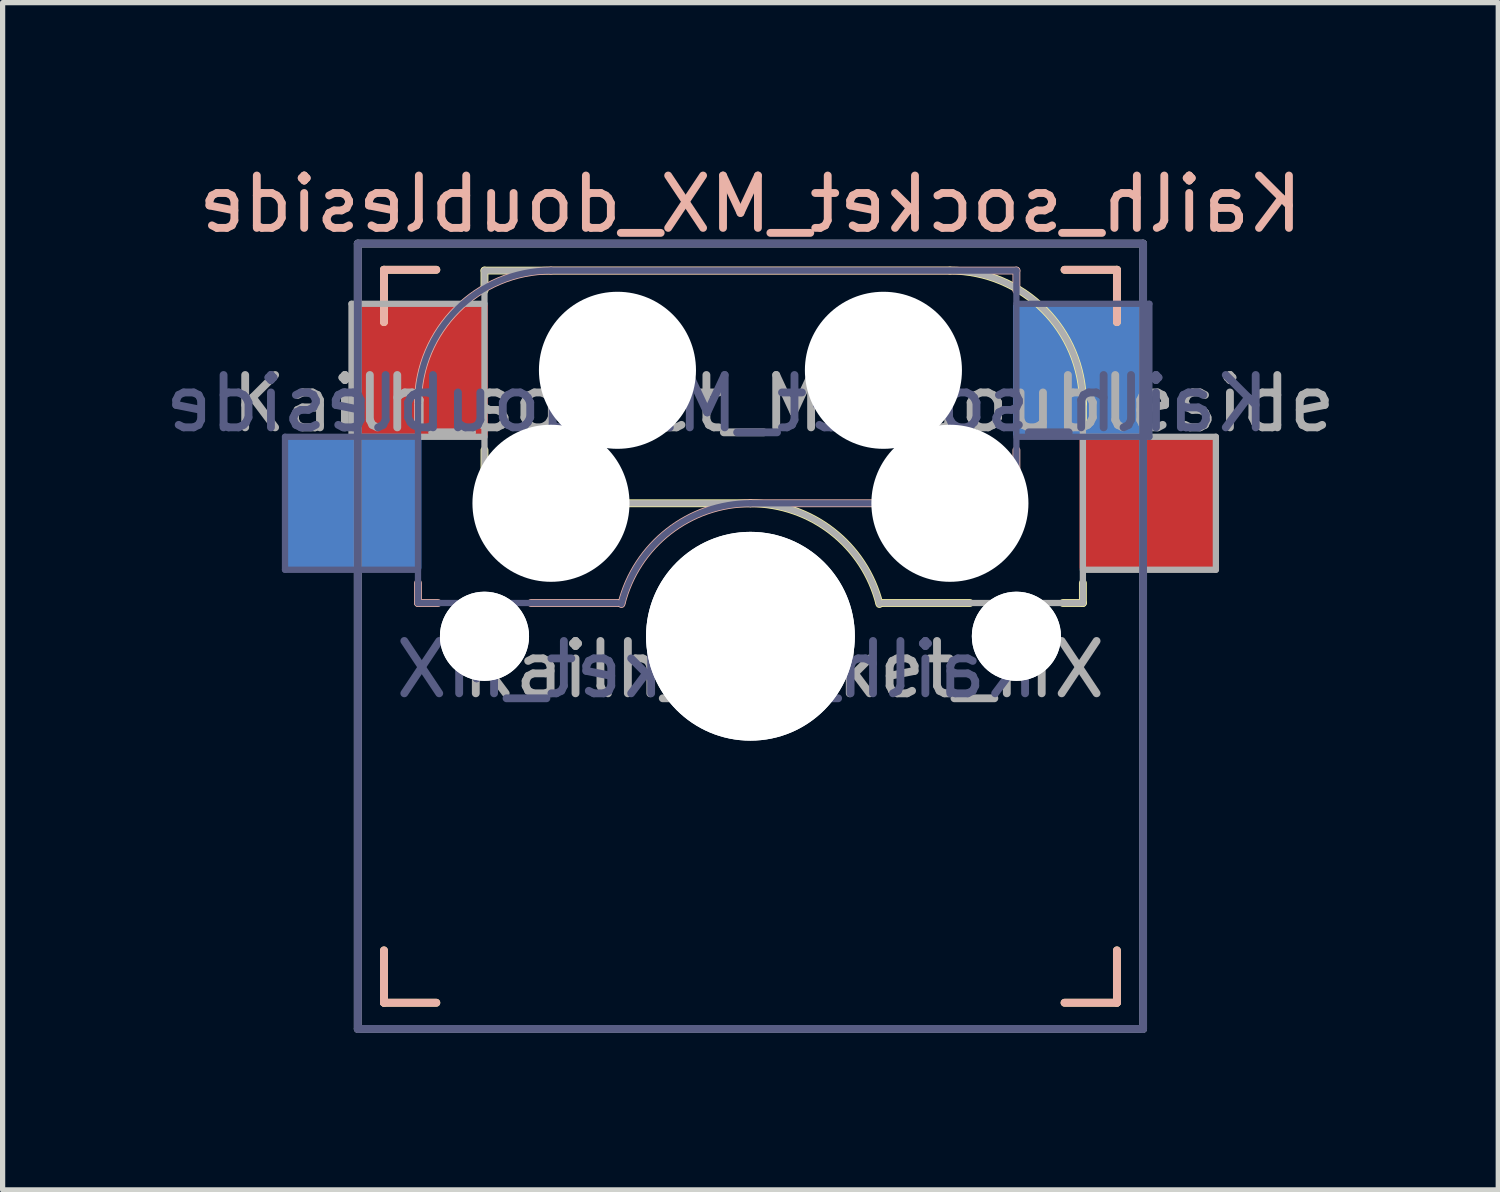
<source format=kicad_pcb>
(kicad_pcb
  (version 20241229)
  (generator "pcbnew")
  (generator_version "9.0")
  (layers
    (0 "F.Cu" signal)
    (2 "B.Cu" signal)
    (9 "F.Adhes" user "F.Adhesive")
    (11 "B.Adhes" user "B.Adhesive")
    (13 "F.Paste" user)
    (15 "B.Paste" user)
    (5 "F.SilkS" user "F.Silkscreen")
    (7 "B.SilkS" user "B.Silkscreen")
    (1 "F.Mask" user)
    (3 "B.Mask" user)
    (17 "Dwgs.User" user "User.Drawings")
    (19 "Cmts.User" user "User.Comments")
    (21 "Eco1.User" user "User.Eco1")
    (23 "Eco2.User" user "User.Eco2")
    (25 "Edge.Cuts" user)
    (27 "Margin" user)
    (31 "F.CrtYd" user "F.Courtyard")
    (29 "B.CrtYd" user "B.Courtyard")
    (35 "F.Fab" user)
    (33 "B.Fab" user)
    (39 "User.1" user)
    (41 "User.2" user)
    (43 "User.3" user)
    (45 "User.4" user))
  (footprint "Kailh_socket_MX_doubleside"
    (layer "F.Cu")
    (at 11.284 9.103)
    (property "Reference" "Kailh_socket_MX_doubleside" (at 0 -8.255 0) (layer "B.SilkS") (effects (font (size 1 1) (thickness 0.15)) (justify mirror)))
    (property "Value" "Kailh_socket_MX" (at 0 8.255 0) (layer "F.Fab") (hide yes) (effects (font (size 1 1) (thickness 0.15))))
    (attr smd)
    (fp_line (start -7 -6) (end -7 -7) (stroke (width 0.15) (type solid)) (layer "F.SilkS"))
    (fp_line (start -7 7) (end -7 6) (stroke (width 0.15) (type solid)) (layer "F.SilkS"))
    (fp_line (start -7 7) (end -6 7) (stroke (width 0.15) (type solid)) (layer "F.SilkS"))
    (fp_line (start -6 -7) (end -7 -7) (stroke (width 0.15) (type solid)) (layer "F.SilkS"))
    (fp_line (start -5.08 -6.985) (end -5.08 -6.604) (stroke (width 0.15) (type solid)) (layer "F.SilkS"))
    (fp_line (start -5.08 -3.556) (end -5.08 -2.54) (stroke (width 0.15) (type solid)) (layer "F.SilkS"))
    (fp_line (start -5.08 -2.54) (end 0 -2.54) (stroke (width 0.15) (type solid)) (layer "F.SilkS"))
    (fp_line (start 2.464 -0.635) (end 4.191 -0.635) (stroke (width 0.15) (type solid)) (layer "F.SilkS"))
    (fp_line (start 3.81 -6.985) (end -5.08 -6.985) (stroke (width 0.15) (type solid)) (layer "F.SilkS"))
    (fp_line (start 5.969 -0.635) (end 6.35 -0.635) (stroke (width 0.15) (type solid)) (layer "F.SilkS"))
    (fp_line (start 6 7) (end 7 7) (stroke (width 0.15) (type solid)) (layer "F.SilkS"))
    (fp_line (start 6.35 -4.445) (end 6.35 -4.064) (stroke (width 0.15) (type solid)) (layer "F.SilkS"))
    (fp_line (start 6.35 -1.016) (end 6.35 -0.635) (stroke (width 0.15) (type solid)) (layer "F.SilkS"))
    (fp_line (start 7 -7) (end 6 -7) (stroke (width 0.15) (type solid)) (layer "F.SilkS"))
    (fp_line (start 7 -7) (end 7 -6) (stroke (width 0.15) (type solid)) (layer "F.SilkS"))
    (fp_line (start 7 6) (end 7 7) (stroke (width 0.15) (type solid)) (layer "F.SilkS"))
    (fp_arc (start 0 -2.540001) (mid 1.563147 -2.002043) (end 2.464162 -0.616041) (stroke (width 0.15) (type solid)) (layer "F.SilkS"))
    (fp_arc (start 3.81 -6.985001) (mid 5.606051 -6.241052) (end 6.35 -4.445001) (stroke (width 0.15) (type solid)) (layer "F.SilkS"))
    (fp_line (start -7 -7) (end -7 -6) (stroke (width 0.15) (type solid)) (layer "B.SilkS"))
    (fp_line (start -7 -7) (end -6 -7) (stroke (width 0.15) (type solid)) (layer "B.SilkS"))
    (fp_line (start -7 6) (end -7 7) (stroke (width 0.15) (type solid)) (layer "B.SilkS"))
    (fp_line (start -6.35 -4.445) (end -6.35 -4.064) (stroke (width 0.15) (type solid)) (layer "B.SilkS"))
    (fp_line (start -6.35 -1.016) (end -6.35 -0.635) (stroke (width 0.15) (type solid)) (layer "B.SilkS"))
    (fp_line (start -6 7) (end -7 7) (stroke (width 0.15) (type solid)) (layer "B.SilkS"))
    (fp_line (start -5.969 -0.635) (end -6.35 -0.635) (stroke (width 0.15) (type solid)) (layer "B.SilkS"))
    (fp_line (start -3.81 -6.985) (end 5.08 -6.985) (stroke (width 0.15) (type solid)) (layer "B.SilkS"))
    (fp_line (start -2.464 -0.635) (end -4.191 -0.635) (stroke (width 0.15) (type solid)) (layer "B.SilkS"))
    (fp_line (start 5.08 -6.985) (end 5.08 -6.604) (stroke (width 0.15) (type solid)) (layer "B.SilkS"))
    (fp_line (start 5.08 -3.556) (end 5.08 -2.54) (stroke (width 0.15) (type solid)) (layer "B.SilkS"))
    (fp_line (start 5.08 -2.54) (end 0 -2.54) (stroke (width 0.15) (type solid)) (layer "B.SilkS"))
    (fp_line (start 6 -7) (end 7 -7) (stroke (width 0.15) (type solid)) (layer "B.SilkS"))
    (fp_line (start 7 -6) (end 7 -7) (stroke (width 0.15) (type solid)) (layer "B.SilkS"))
    (fp_line (start 7 7) (end 6 7) (stroke (width 0.15) (type solid)) (layer "B.SilkS"))
    (fp_line (start 7 7) (end 7 6) (stroke (width 0.15) (type solid)) (layer "B.SilkS"))
    (fp_arc (start -6.35 -4.445) (mid -5.606051 -6.241051) (end -3.81 -6.985) (stroke (width 0.15) (type solid)) (layer "B.SilkS"))
    (fp_arc (start -2.464162 -0.61604) (mid -1.563147 -2.002042) (end 0 -2.54) (stroke (width 0.15) (type solid)) (layer "B.SilkS"))
    (fp_line (start -6.9 -6.9) (end -6.9 6.9) (stroke (width 0.15) (type solid)) (layer "Eco2.User"))
    (fp_line (start -6.9 -6.9) (end 6.9 -6.9) (stroke (width 0.15) (type solid)) (layer "Eco2.User"))
    (fp_line (start -6.9 6.9) (end -6.9 -6.9) (stroke (width 0.15) (type solid)) (layer "Eco2.User"))
    (fp_line (start -6.9 6.9) (end 6.9 6.9) (stroke (width 0.15) (type solid)) (layer "Eco2.User"))
    (fp_line (start 6.9 -6.9) (end -6.9 -6.9) (stroke (width 0.15) (type solid)) (layer "Eco2.User"))
    (fp_line (start 6.9 -6.9) (end 6.9 6.9) (stroke (width 0.15) (type solid)) (layer "Eco2.User"))
    (fp_line (start 6.9 6.9) (end -6.9 6.9) (stroke (width 0.15) (type solid)) (layer "Eco2.User"))
    (fp_line (start 6.9 6.9) (end 6.9 -6.9) (stroke (width 0.15) (type solid)) (layer "Eco2.User"))
    (fp_line (start -8.89 -3.81) (end -6.35 -3.81) (stroke (width 0.12) (type solid)) (layer "B.Fab"))
    (fp_line (start -8.89 -1.27) (end -8.89 -3.81) (stroke (width 0.12) (type solid)) (layer "B.Fab"))
    (fp_line (start -7.5 -7.5) (end -7.5 7.5) (stroke (width 0.15) (type solid)) (layer "B.Fab"))
    (fp_line (start -7.5 7.5) (end 7.5 7.5) (stroke (width 0.15) (type solid)) (layer "B.Fab"))
    (fp_line (start -6.35 -1.27) (end -8.89 -1.27) (stroke (width 0.12) (type solid)) (layer "B.Fab"))
    (fp_line (start -6.35 -0.635) (end -6.35 -4.445) (stroke (width 0.12) (type solid)) (layer "B.Fab"))
    (fp_line (start -6.35 -0.635) (end -2.54 -0.635) (stroke (width 0.12) (type solid)) (layer "B.Fab"))
    (fp_line (start -3.81 -6.985) (end 5.08 -6.985) (stroke (width 0.12) (type solid)) (layer "B.Fab"))
    (fp_line (start 5.08 -6.985) (end 5.08 -2.54) (stroke (width 0.12) (type solid)) (layer "B.Fab"))
    (fp_line (start 5.08 -6.35) (end 7.62 -6.35) (stroke (width 0.12) (type solid)) (layer "B.Fab"))
    (fp_line (start 5.08 -2.54) (end 0 -2.54) (stroke (width 0.12) (type solid)) (layer "B.Fab"))
    (fp_line (start 7.5 -7.5) (end -7.5 -7.5) (stroke (width 0.15) (type solid)) (layer "B.Fab"))
    (fp_line (start 7.5 7.5) (end 7.5 -7.5) (stroke (width 0.15) (type solid)) (layer "B.Fab"))
    (fp_line (start 7.62 -6.35) (end 7.62 -3.81) (stroke (width 0.12) (type solid)) (layer "B.Fab"))
    (fp_line (start 7.62 -3.81) (end 5.08 -3.81) (stroke (width 0.12) (type solid)) (layer "B.Fab"))
    (fp_arc (start -6.35 -4.445) (mid -5.606051 -6.241051) (end -3.81 -6.985) (stroke (width 0.12) (type solid)) (layer "B.Fab"))
    (fp_arc (start -2.464162 -0.61604) (mid -1.563147 -2.002042) (end 0 -2.54) (stroke (width 0.12) (type solid)) (layer "B.Fab"))
    (fp_line (start -7.62 -6.35) (end -7.62 -3.81) (stroke (width 0.12) (type solid)) (layer "F.Fab"))
    (fp_line (start -7.62 -3.81) (end -5.08 -3.81) (stroke (width 0.12) (type solid)) (layer "F.Fab"))
    (fp_line (start -7.5 -7.5) (end 7.5 -7.5) (stroke (width 0.15) (type solid)) (layer "F.Fab"))
    (fp_line (start -7.5 7.5) (end -7.5 -7.5) (stroke (width 0.15) (type solid)) (layer "F.Fab"))
    (fp_line (start -5.08 -6.985) (end -5.08 -2.54) (stroke (width 0.12) (type solid)) (layer "F.Fab"))
    (fp_line (start -5.08 -6.35) (end -7.62 -6.35) (stroke (width 0.12) (type solid)) (layer "F.Fab"))
    (fp_line (start -5.08 -2.54) (end 0 -2.54) (stroke (width 0.12) (type solid)) (layer "F.Fab"))
    (fp_line (start 3.81 -6.985) (end -5.08 -6.985) (stroke (width 0.12) (type solid)) (layer "F.Fab"))
    (fp_line (start 6.35 -1.27) (end 8.89 -1.27) (stroke (width 0.12) (type solid)) (layer "F.Fab"))
    (fp_line (start 6.35 -0.635) (end 2.54 -0.635) (stroke (width 0.12) (type solid)) (layer "F.Fab"))
    (fp_line (start 6.35 -0.635) (end 6.35 -4.445) (stroke (width 0.12) (type solid)) (layer "F.Fab"))
    (fp_line (start 7.5 -7.5) (end 7.5 7.5) (stroke (width 0.15) (type solid)) (layer "F.Fab"))
    (fp_line (start 7.5 7.5) (end -7.5 7.5) (stroke (width 0.15) (type solid)) (layer "F.Fab"))
    (fp_line (start 8.89 -3.81) (end 6.35 -3.81) (stroke (width 0.12) (type solid)) (layer "F.Fab"))
    (fp_line (start 8.89 -1.27) (end 8.89 -3.81) (stroke (width 0.12) (type solid)) (layer "F.Fab"))
    (fp_arc (start 0 -2.540001) (mid 1.563147 -2.002043) (end 2.464162 -0.616041) (stroke (width 0.12) (type solid)) (layer "F.Fab"))
    (fp_arc (start 3.81 -6.985001) (mid 5.606051 -6.241052) (end 6.35 -4.445001) (stroke (width 0.12) (type solid)) (layer "F.Fab"))
    (fp_text user "${VALUE}" (at -0.635 0.635 0) (layer "B.Fab") (effects (font (size 1 1) (thickness 0.15)) (justify mirror)))
    (fp_text user "${REFERENCE}" (at -0.635 -4.445 0) (layer "B.Fab") (effects (font (size 1 1) (thickness 0.15)) (justify mirror)))
    (fp_text user "${REFERENCE}" (at 0.635 -4.445 0) (layer "F.Fab") (effects (font (size 1 1) (thickness 0.15))))
    (fp_text user "${VALUE}" (at 0.635 0.635 0) (layer "F.Fab") (effects (font (size 1 1) (thickness 0.15))))
    (pad "" np_thru_hole circle (at -5.08 -0.000001) (size 1.702 1.702) (drill 1.702) (layers "*.Cu" "*.Mask"))
    (pad "" np_thru_hole circle (at -5.08 0) (size 1.702 1.702) (drill 1.702) (layers "*.Cu" "*.Mask"))
    (pad "" np_thru_hole circle (at -3.81 -2.54) (size 3 3) (drill 3) (layers "*.Cu" "*.Mask"))
    (pad "" np_thru_hole circle (at -2.54 -5.08) (size 3 3) (drill 3) (layers "*.Cu" "*.Mask"))
    (pad "" np_thru_hole circle (at 0 -0.000001) (size 3.988 3.988) (drill 3.988) (layers "*.Cu" "*.Mask"))
    (pad "" np_thru_hole circle (at 0 0) (size 3.988 3.988) (drill 3.988) (layers "*.Cu" "*.Mask"))
    (pad "" np_thru_hole circle (at 2.54 -5.08) (size 3 3) (drill 3) (layers "*.Cu" "*.Mask"))
    (pad "" np_thru_hole circle (at 3.81 -2.54) (size 3 3) (drill 3) (layers "*.Cu" "*.Mask"))
    (pad "" np_thru_hole circle (at 5.08 -0.000001) (size 1.702 1.702) (drill 1.702) (layers "*.Cu" "*.Mask"))
    (pad "" np_thru_hole circle (at 5.08 0) (size 1.702 1.702) (drill 1.702) (layers "*.Cu" "*.Mask"))
    (pad "1" smd rect (at -6.29 -5.08) (size 2.55 2.5) (layers "F.Cu" "F.Mask" "F.Paste"))
    (pad "1" smd rect (at 6.29 -5.08) (size 2.55 2.5) (layers "B.Cu" "B.Mask" "B.Paste"))
    (pad "2" smd rect (at -7.56 -2.54) (size 2.55 2.5) (layers "B.Cu" "B.Mask" "B.Paste"))
    (pad "2" smd rect (at 7.56 -2.54) (size 2.55 2.5) (layers "F.Cu" "F.Mask" "F.Paste")))
  (gr_rect
    (start -3 -3)
    (end 25.568 19.678)
    (stroke (width 0.1) (type default))
    (fill no)
    (layer "Edge.Cuts")))
</source>
